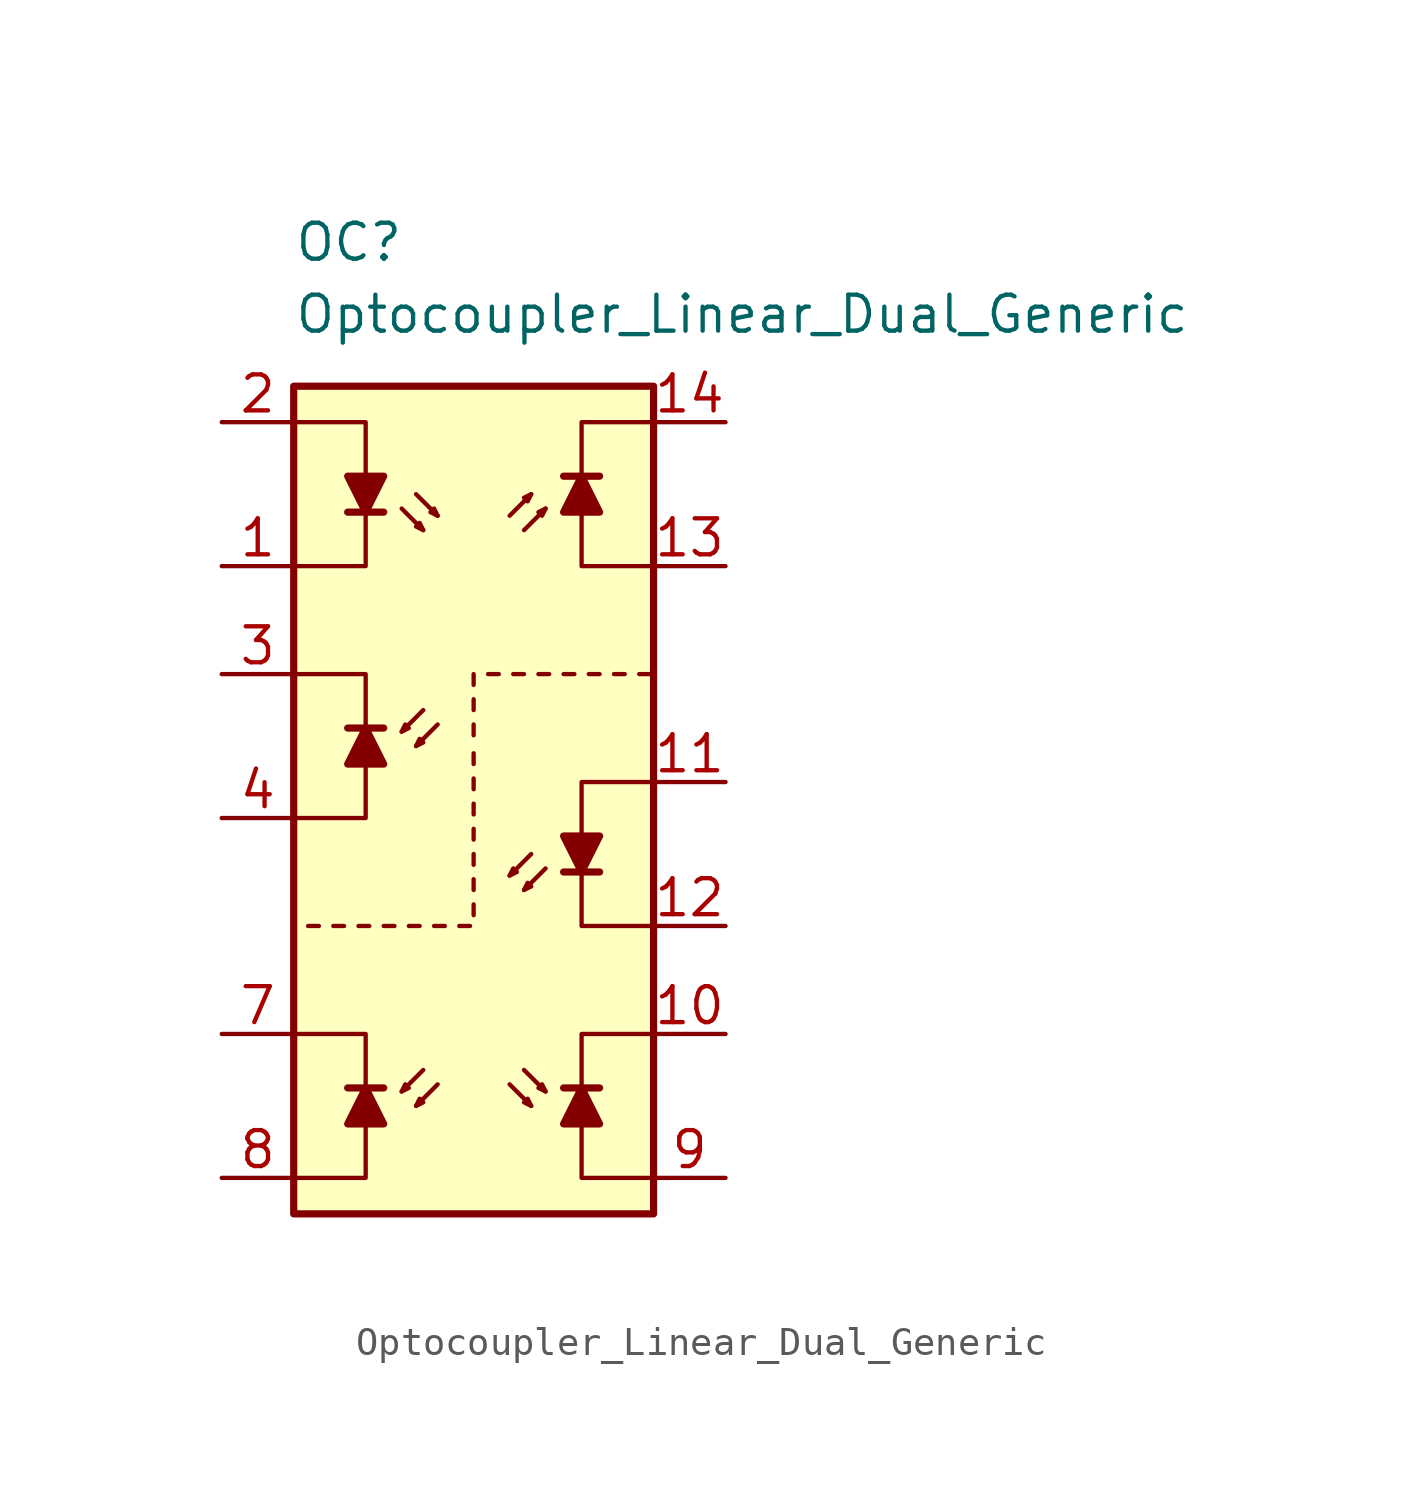
<source format=kicad_sym>
(kicad_symbol_lib
  (version 20231120)
  (generator "kicad_symbol_editor")
  (generator_version "8.0")
  (symbol "Optocoupler_Linear_Dual_Generic"
    (pin_names
      (offset 1.016))
    (property "Reference" "OC"
      (at -7.62 19.05 0)
      (effects (font (size 1.27 1.27)) (justify left)))
    (property "Value" "Optocoupler_Linear_Dual_Generic"
      (at -7.62 16.51 0)
      (effects (font (size 1.27 1.27)) (justify left)))
    (symbol "Optocoupler_Linear_Dual_Generic_0_0"
      (polyline (pts (xy -3.81 9.652) (xy -3.048 8.89)) (stroke (width 0) (type default)) (fill (type none)))
      (polyline (pts (xy -3.302 10.16) (xy -2.54 9.398)) (stroke (width 0) (type default)) (fill (type none)))
      (polyline (pts (xy -3.048 8.89) (xy -3.302 9.017) (xy -3.175 9.144) (xy -3.048 8.89)) (stroke (width 0) (type default)) (fill (type none)))
      (polyline (pts (xy -2.54 9.398) (xy -2.794 9.525) (xy -2.667 9.652) (xy -2.54 9.398)) (stroke (width 0) (type default)) (fill (type none))))
    (symbol "Optocoupler_Linear_Dual_Generic_0_1"
      (rectangle (start -7.62 13.97) (end 5.08 -15.24) (stroke (width 0.254) (type default)) (fill (type background)))
      (polyline (pts (xy -7.112 -5.08) (xy -6.731 -5.08)) (stroke (width 0) (type default)) (fill (type none)))
      (polyline (pts (xy -6.223 -5.08) (xy -5.842 -5.08)) (stroke (width 0) (type default)) (fill (type none)))
      (polyline (pts (xy -5.715 9.525) (xy -4.445 9.525)) (stroke (width 0.254) (type default)) (fill (type none)))
      (polyline (pts (xy -7.62 12.7) (xy -5.08 12.7) (xy -5.08 9.525)) (stroke (width 0) (type default)) (fill (type none)))
      (polyline (pts (xy -5.08 9.525) (xy -5.08 7.62) (xy -7.62 7.62)) (stroke (width 0) (type default)) (fill (type none)))
      (polyline (pts (xy -5.08 9.525) (xy -5.715 10.795) (xy -4.445 10.795) (xy -5.08 9.525)) (stroke (width 0.254) (type default)) (fill (type outline))))
    (symbol "Optocoupler_Linear_Dual_Generic_1_1"
      (polyline (pts (xy -5.715 1.905) (xy -4.445 1.905)) (stroke (width 0.254) (type default)) (fill (type none)))
      (polyline (pts (xy -5.334 -5.08) (xy -4.953 -5.08)) (stroke (width 0) (type default)) (fill (type none)))
      (polyline (pts (xy -4.445 -10.795) (xy -5.715 -10.795)) (stroke (width 0.254) (type default)) (fill (type none)))
      (polyline (pts (xy -4.445 -5.08) (xy -4.064 -5.08)) (stroke (width 0) (type default)) (fill (type none)))
      (polyline (pts (xy -3.556 -5.08) (xy -3.175 -5.08)) (stroke (width 0) (type default)) (fill (type none)))
      (polyline (pts (xy -3.048 -10.16) (xy -3.81 -10.922)) (stroke (width 0) (type default)) (fill (type none)))
      (polyline (pts (xy -3.048 2.54) (xy -3.81 1.778)) (stroke (width 0) (type default)) (fill (type none)))
      (polyline (pts (xy -2.667 -5.08) (xy -2.286 -5.08)) (stroke (width 0) (type default)) (fill (type none)))
      (polyline (pts (xy -2.54 -10.668) (xy -3.302 -11.43)) (stroke (width 0) (type default)) (fill (type none)))
      (polyline (pts (xy -2.54 2.032) (xy -3.302 1.27)) (stroke (width 0) (type default)) (fill (type none)))
      (polyline (pts (xy -1.778 -5.08) (xy -1.397 -5.08)) (stroke (width 0) (type default)) (fill (type none)))
      (polyline (pts (xy -1.27 -4.699) (xy -1.27 -4.318)) (stroke (width 0) (type default)) (fill (type none)))
      (polyline (pts (xy -1.27 -3.81) (xy -1.27 -3.429)) (stroke (width 0) (type default)) (fill (type none)))
      (polyline (pts (xy -1.27 -2.921) (xy -1.27 -2.54)) (stroke (width 0) (type default)) (fill (type none)))
      (polyline (pts (xy -1.27 -2.032) (xy -1.27 -1.651)) (stroke (width 0) (type default)) (fill (type none)))
      (polyline (pts (xy -1.27 -1.143) (xy -1.27 -0.762)) (stroke (width 0) (type default)) (fill (type none)))
      (polyline (pts (xy -1.27 -0.254) (xy -1.27 0.127)) (stroke (width 0) (type default)) (fill (type none)))
      (polyline (pts (xy -1.27 0.635) (xy -1.27 1.016)) (stroke (width 0) (type default)) (fill (type none)))
      (polyline (pts (xy -1.27 1.651) (xy -1.27 2.032)) (stroke (width 0) (type default)) (fill (type none)))
      (polyline (pts (xy -1.27 2.54) (xy -1.27 2.921)) (stroke (width 0) (type default)) (fill (type none)))
      (polyline (pts (xy -1.27 3.429) (xy -1.27 3.81)) (stroke (width 0) (type default)) (fill (type none)))
      (polyline (pts (xy -0.762 3.81) (xy -0.381 3.81)) (stroke (width 0) (type default)) (fill (type none)))
      (polyline (pts (xy 0 -10.668) (xy 0.762 -11.43)) (stroke (width 0) (type default)) (fill (type none)))
      (polyline (pts (xy 0 9.398) (xy 0.762 10.16)) (stroke (width 0) (type default)) (fill (type none)))
      (polyline (pts (xy 0.127 3.81) (xy 0.508 3.81)) (stroke (width 0) (type default)) (fill (type none)))
      (polyline (pts (xy 0.508 -10.16) (xy 1.27 -10.922)) (stroke (width 0) (type default)) (fill (type none)))
      (polyline (pts (xy 0.508 8.89) (xy 1.27 9.652)) (stroke (width 0) (type default)) (fill (type none)))
      (polyline (pts (xy 0.762 -2.54) (xy 0 -3.302)) (stroke (width 0) (type default)) (fill (type none)))
      (polyline (pts (xy 1.016 3.81) (xy 1.397 3.81)) (stroke (width 0) (type default)) (fill (type none)))
      (polyline (pts (xy 1.27 -3.048) (xy 0.508 -3.81)) (stroke (width 0) (type default)) (fill (type none)))
      (polyline (pts (xy 1.905 3.81) (xy 2.286 3.81)) (stroke (width 0) (type default)) (fill (type none)))
      (polyline (pts (xy 2.794 3.81) (xy 3.175 3.81)) (stroke (width 0) (type default)) (fill (type none)))
      (polyline (pts (xy 3.175 -10.795) (xy 1.905 -10.795)) (stroke (width 0.254) (type default)) (fill (type none)))
      (polyline (pts (xy 3.175 -3.175) (xy 1.905 -3.175)) (stroke (width 0.254) (type default)) (fill (type none)))
      (polyline (pts (xy 3.175 10.795) (xy 1.905 10.795)) (stroke (width 0.254) (type default)) (fill (type none)))
      (polyline (pts (xy 3.683 3.81) (xy 4.064 3.81)) (stroke (width 0) (type default)) (fill (type none)))
      (polyline (pts (xy 4.572 3.81) (xy 4.953 3.81)) (stroke (width 0) (type default)) (fill (type none)))
      (polyline (pts (xy -7.62 -8.89) (xy -5.08 -8.89) (xy -5.08 -12.065)) (stroke (width 0) (type default)) (fill (type none)))
      (polyline (pts (xy -7.62 -1.27) (xy -5.08 -1.27) (xy -5.08 1.905)) (stroke (width 0) (type default)) (fill (type none)))
      (polyline (pts (xy -5.08 -12.065) (xy -5.08 -13.97) (xy -7.62 -13.97)) (stroke (width 0) (type default)) (fill (type none)))
      (polyline (pts (xy -5.08 1.905) (xy -5.08 3.81) (xy -7.62 3.81)) (stroke (width 0) (type default)) (fill (type none)))
      (polyline (pts (xy 2.54 -10.795) (xy 2.54 -8.89) (xy 5.08 -8.89)) (stroke (width 0) (type default)) (fill (type none)))
      (polyline (pts (xy 2.54 -3.175) (xy 2.54 -5.08) (xy 5.08 -5.08)) (stroke (width 0) (type default)) (fill (type none)))
      (polyline (pts (xy 2.54 10.795) (xy 2.54 12.7) (xy 5.08 12.7)) (stroke (width 0) (type default)) (fill (type none)))
      (polyline (pts (xy 5.08 -13.97) (xy 2.54 -13.97) (xy 2.54 -10.795)) (stroke (width 0) (type default)) (fill (type none)))
      (polyline (pts (xy 5.08 0) (xy 2.54 0) (xy 2.54 -3.175)) (stroke (width 0) (type default)) (fill (type none)))
      (polyline (pts (xy 5.08 7.62) (xy 2.54 7.62) (xy 2.54 10.795)) (stroke (width 0) (type default)) (fill (type none)))
      (polyline (pts (xy -5.08 -10.795) (xy -4.445 -12.065) (xy -5.715 -12.065) (xy -5.08 -10.795)) (stroke (width 0.254) (type default)) (fill (type outline)))
      (polyline (pts (xy -5.08 1.905) (xy -5.715 0.635) (xy -4.445 0.635) (xy -5.08 1.905)) (stroke (width 0.254) (type default)) (fill (type outline)))
      (polyline (pts (xy -3.81 -10.922) (xy -3.556 -10.795) (xy -3.683 -10.668) (xy -3.81 -10.922)) (stroke (width 0) (type default)) (fill (type none)))
      (polyline (pts (xy -3.81 1.778) (xy -3.556 1.905) (xy -3.683 2.032) (xy -3.81 1.778)) (stroke (width 0) (type default)) (fill (type none)))
      (polyline (pts (xy -3.302 -11.43) (xy -3.048 -11.303) (xy -3.175 -11.176) (xy -3.302 -11.43)) (stroke (width 0) (type default)) (fill (type none)))
      (polyline (pts (xy -3.302 1.27) (xy -3.048 1.397) (xy -3.175 1.524) (xy -3.302 1.27)) (stroke (width 0) (type default)) (fill (type none)))
      (polyline (pts (xy 0 -3.302) (xy 0.127 -3.048) (xy 0.254 -3.175) (xy 0 -3.302)) (stroke (width 0) (type default)) (fill (type none)))
      (polyline (pts (xy 0.508 -3.81) (xy 0.635 -3.556) (xy 0.762 -3.683) (xy 0.508 -3.81)) (stroke (width 0) (type default)) (fill (type none)))
      (polyline (pts (xy 0.762 -11.43) (xy 0.508 -11.303) (xy 0.635 -11.176) (xy 0.762 -11.43)) (stroke (width 0) (type default)) (fill (type none)))
      (polyline (pts (xy 0.762 10.16) (xy 0.508 10.033) (xy 0.635 9.906) (xy 0.762 10.16)) (stroke (width 0) (type default)) (fill (type none)))
      (polyline (pts (xy 1.27 -10.922) (xy 1.016 -10.795) (xy 1.143 -10.668) (xy 1.27 -10.922)) (stroke (width 0) (type default)) (fill (type none)))
      (polyline (pts (xy 1.27 9.652) (xy 1.016 9.525) (xy 1.143 9.398) (xy 1.27 9.652)) (stroke (width 0) (type default)) (fill (type none)))
      (polyline (pts (xy 2.54 -10.795) (xy 3.175 -12.065) (xy 1.905 -12.065) (xy 2.54 -10.795)) (stroke (width 0.254) (type default)) (fill (type outline)))
      (polyline (pts (xy 2.54 -3.175) (xy 3.175 -1.905) (xy 1.905 -1.905) (xy 2.54 -3.175)) (stroke (width 0.254) (type default)) (fill (type outline)))
      (polyline (pts (xy 2.54 10.795) (xy 3.175 9.525) (xy 1.905 9.525) (xy 2.54 10.795)) (stroke (width 0.254) (type default)) (fill (type outline)))
      (pin passive line (at -10.16 7.62 0) (length 2.54) (name "~" (effects (font (size 1.27 1.27)))) (number "1" (effects (font (size 1.27 1.27)))))
      (pin passive line (at 7.62 -8.89 180) (length 2.54) (name "~" (effects (font (size 1.27 1.27)))) (number "10" (effects (font (size 1.27 1.27)))))
      (pin passive line (at 7.62 0 180) (length 2.54) (name "~" (effects (font (size 1.27 1.27)))) (number "11" (effects (font (size 1.27 1.27)))))
      (pin passive line (at 7.62 -5.08 180) (length 2.54) (name "~" (effects (font (size 1.27 1.27)))) (number "12" (effects (font (size 1.27 1.27)))))
      (pin passive line (at 7.62 7.62 180) (length 2.54) (name "~" (effects (font (size 1.27 1.27)))) (number "13" (effects (font (size 1.27 1.27)))))
      (pin passive line (at 7.62 12.7 180) (length 2.54) (name "~" (effects (font (size 1.27 1.27)))) (number "14" (effects (font (size 1.27 1.27)))))
      (pin free line (at -2.54 -2.54 0) (length 2.54) hide (name "NC" (effects (font (size 1.27 1.27)))) (number "15" (effects (font (size 1.27 1.27)))))
      (pin free line (at -2.54 -5.08 0) (length 2.54) hide (name "NC" (effects (font (size 1.27 1.27)))) (number "16" (effects (font (size 1.27 1.27)))))
      (pin passive line (at -10.16 12.7 0) (length 2.54) (name "~" (effects (font (size 1.27 1.27)))) (number "2" (effects (font (size 1.27 1.27)))))
      (pin passive line (at -10.16 3.81 0) (length 2.54) (name "~" (effects (font (size 1.27 1.27)))) (number "3" (effects (font (size 1.27 1.27)))))
      (pin passive line (at -10.16 -1.27 0) (length 2.54) (name "~" (effects (font (size 1.27 1.27)))) (number "4" (effects (font (size 1.27 1.27)))))
      (pin free line (at -2.54 2.54 0) (length 2.54) hide (name "NC" (effects (font (size 1.27 1.27)))) (number "5" (effects (font (size 1.27 1.27)))))
      (pin free line (at -2.54 0 0) (length 2.54) hide (name "NC" (effects (font (size 1.27 1.27)))) (number "6" (effects (font (size 1.27 1.27)))))
      (pin passive line (at -10.16 -8.89 0) (length 2.54) (name "~" (effects (font (size 1.27 1.27)))) (number "7" (effects (font (size 1.27 1.27)))))
      (pin passive line (at -10.16 -13.97 0) (length 2.54) (name "~" (effects (font (size 1.27 1.27)))) (number "8" (effects (font (size 1.27 1.27)))))
      (pin passive line (at 7.62 -13.97 180) (length 2.54) (name "~" (effects (font (size 1.27 1.27)))) (number "9" (effects (font (size 1.27 1.27))))))))
</source>
